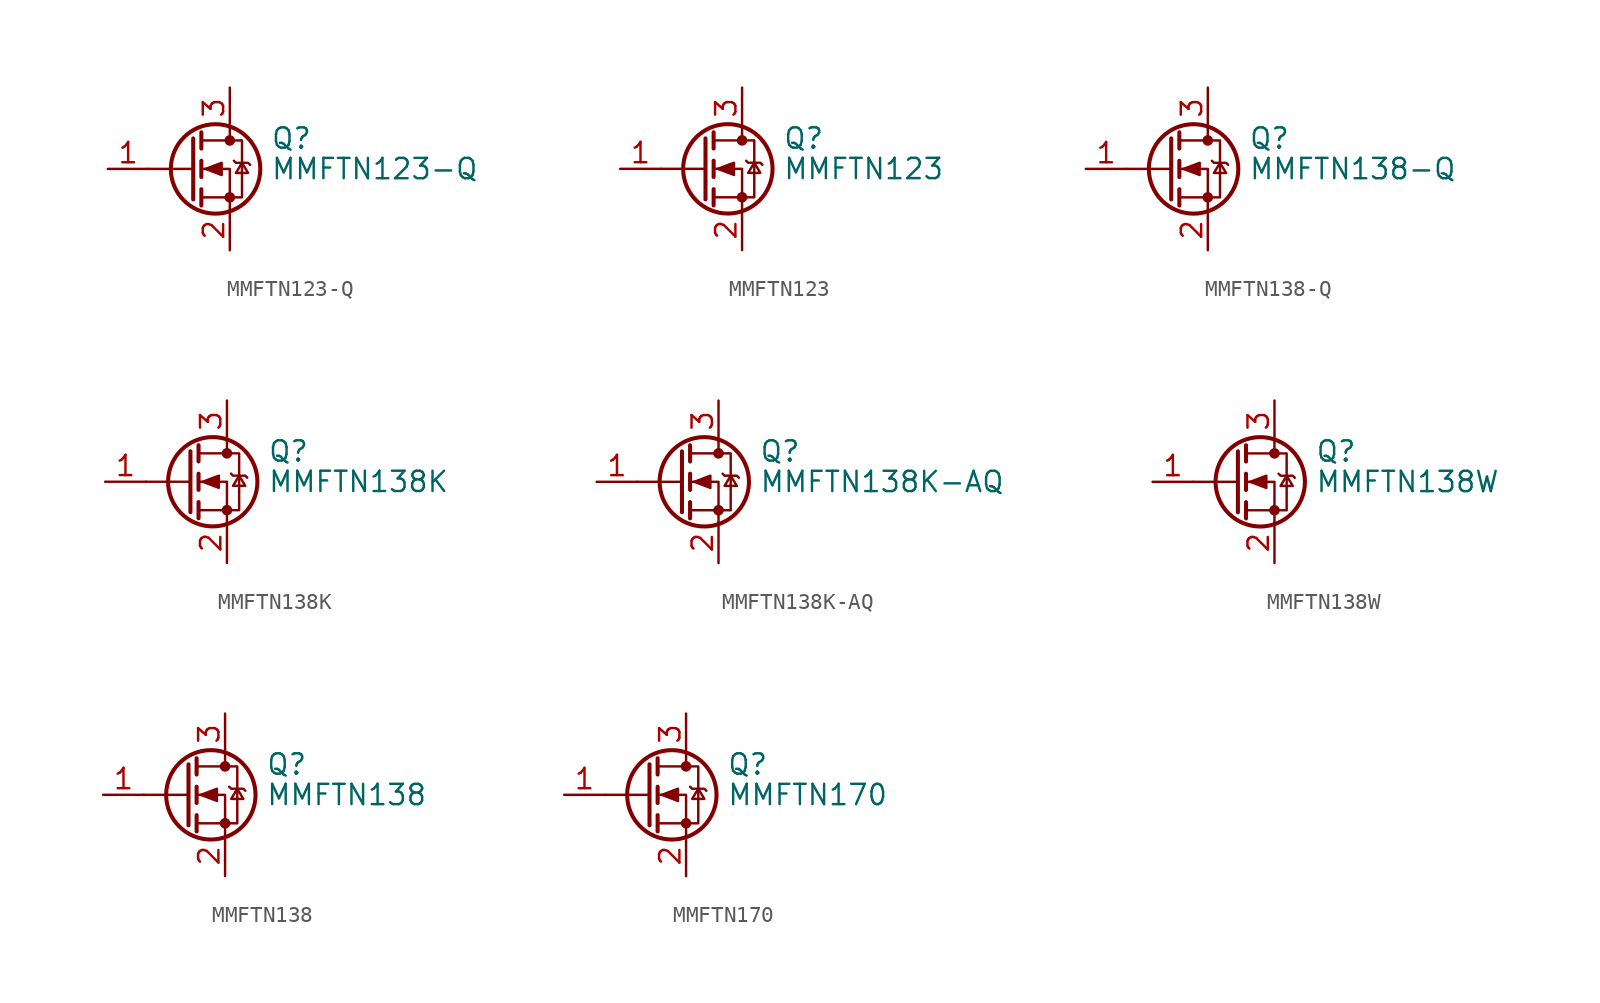
<source format=kicad_sym>
(kicad_symbol_lib
  (version 20241209)
  (generator "kicad_symbol_editor")
  (generator_version "9.0")
  (symbol "MMFTN123-Q"
    (pin_names
      (hide yes))
    (property "Reference" "Q"
      (at 5.08 1.905 0)
      (effects (font (size 1.27 1.27)) (justify left)))
    (property "Value" "MMFTN123-Q"
      (at 5.08 0 0)
      (effects (font (size 1.27 1.27)) (justify left)))
    (symbol "MMFTN123-Q_0_1"
      (polyline (pts (xy 0.254 1.905) (xy 0.254 -1.905)) (stroke (width 0.254) (type default)) (fill (type none)))
      (polyline (pts (xy 0.254 0) (xy -2.54 0)) (stroke (width 0) (type default)) (fill (type none)))
      (polyline (pts (xy 0.762 2.286) (xy 0.762 1.27)) (stroke (width 0.254) (type default)) (fill (type none)))
      (polyline (pts (xy 0.762 0.508) (xy 0.762 -0.508)) (stroke (width 0.254) (type default)) (fill (type none)))
      (polyline (pts (xy 0.762 -1.27) (xy 0.762 -2.286)) (stroke (width 0.254) (type default)) (fill (type none)))
      (polyline (pts (xy 0.762 -1.778) (xy 3.302 -1.778) (xy 3.302 1.778) (xy 0.762 1.778)) (stroke (width 0) (type default)) (fill (type none)))
      (polyline (pts (xy 1.016 0) (xy 2.032 0.381) (xy 2.032 -0.381) (xy 1.016 0)) (stroke (width 0) (type default)) (fill (type outline)))
      (circle (center 1.651 0) (radius 2.794) (stroke (width 0.254) (type default)) (fill (type none)))
      (polyline (pts (xy 2.54 2.54) (xy 2.54 1.778)) (stroke (width 0) (type default)) (fill (type none)))
      (circle (center 2.54 1.778) (radius 0.254) (stroke (width 0) (type default)) (fill (type outline)))
      (circle (center 2.54 -1.778) (radius 0.254) (stroke (width 0) (type default)) (fill (type outline)))
      (polyline (pts (xy 2.54 -2.54) (xy 2.54 0) (xy 0.762 0)) (stroke (width 0) (type default)) (fill (type none)))
      (polyline (pts (xy 2.794 0.508) (xy 2.921 0.381) (xy 3.683 0.381) (xy 3.81 0.254)) (stroke (width 0) (type default)) (fill (type none)))
      (polyline (pts (xy 3.302 0.381) (xy 2.921 -0.254) (xy 3.683 -0.254) (xy 3.302 0.381)) (stroke (width 0) (type default)) (fill (type none))))
    (symbol "MMFTN123-Q_1_1"
      (pin input line (at -5.08 0 0) (length 2.54) (name "G" (effects (font (size 1.27 1.27)))) (number "1" (effects (font (size 1.27 1.27)))))
      (pin passive line (at 2.54 5.08 270) (length 2.54) (name "D" (effects (font (size 1.27 1.27)))) (number "3" (effects (font (size 1.27 1.27)))))
      (pin passive line (at 2.54 -5.08 90) (length 2.54) (name "S" (effects (font (size 1.27 1.27)))) (number "2" (effects (font (size 1.27 1.27)))))))
  (symbol "MMFTN123"
    (pin_names
      (hide yes))
    (property "Reference" "Q"
      (at 5.08 1.905 0)
      (effects (font (size 1.27 1.27)) (justify left)))
    (property "Value" "MMFTN123"
      (at 5.08 0 0)
      (effects (font (size 1.27 1.27)) (justify left)))
    (symbol "MMFTN123_0_1"
      (polyline (pts (xy 0.254 1.905) (xy 0.254 -1.905)) (stroke (width 0.254) (type default)) (fill (type none)))
      (polyline (pts (xy 0.254 0) (xy -2.54 0)) (stroke (width 0) (type default)) (fill (type none)))
      (polyline (pts (xy 0.762 2.286) (xy 0.762 1.27)) (stroke (width 0.254) (type default)) (fill (type none)))
      (polyline (pts (xy 0.762 0.508) (xy 0.762 -0.508)) (stroke (width 0.254) (type default)) (fill (type none)))
      (polyline (pts (xy 0.762 -1.27) (xy 0.762 -2.286)) (stroke (width 0.254) (type default)) (fill (type none)))
      (polyline (pts (xy 0.762 -1.778) (xy 3.302 -1.778) (xy 3.302 1.778) (xy 0.762 1.778)) (stroke (width 0) (type default)) (fill (type none)))
      (polyline (pts (xy 1.016 0) (xy 2.032 0.381) (xy 2.032 -0.381) (xy 1.016 0)) (stroke (width 0) (type default)) (fill (type outline)))
      (circle (center 1.651 0) (radius 2.794) (stroke (width 0.254) (type default)) (fill (type none)))
      (polyline (pts (xy 2.54 2.54) (xy 2.54 1.778)) (stroke (width 0) (type default)) (fill (type none)))
      (circle (center 2.54 1.778) (radius 0.254) (stroke (width 0) (type default)) (fill (type outline)))
      (circle (center 2.54 -1.778) (radius 0.254) (stroke (width 0) (type default)) (fill (type outline)))
      (polyline (pts (xy 2.54 -2.54) (xy 2.54 0) (xy 0.762 0)) (stroke (width 0) (type default)) (fill (type none)))
      (polyline (pts (xy 2.794 0.508) (xy 2.921 0.381) (xy 3.683 0.381) (xy 3.81 0.254)) (stroke (width 0) (type default)) (fill (type none)))
      (polyline (pts (xy 3.302 0.381) (xy 2.921 -0.254) (xy 3.683 -0.254) (xy 3.302 0.381)) (stroke (width 0) (type default)) (fill (type none))))
    (symbol "MMFTN123_1_1"
      (pin input line (at -5.08 0 0) (length 2.54) (name "G" (effects (font (size 1.27 1.27)))) (number "1" (effects (font (size 1.27 1.27)))))
      (pin passive line (at 2.54 5.08 270) (length 2.54) (name "D" (effects (font (size 1.27 1.27)))) (number "3" (effects (font (size 1.27 1.27)))))
      (pin passive line (at 2.54 -5.08 90) (length 2.54) (name "S" (effects (font (size 1.27 1.27)))) (number "2" (effects (font (size 1.27 1.27)))))))
  (symbol "MMFTN138-Q"
    (pin_names
      (hide yes))
    (property "Reference" "Q"
      (at 5.08 1.905 0)
      (effects (font (size 1.27 1.27)) (justify left)))
    (property "Value" "MMFTN138-Q"
      (at 5.08 0 0)
      (effects (font (size 1.27 1.27)) (justify left)))
    (symbol "MMFTN138-Q_0_1"
      (polyline (pts (xy 0.254 1.905) (xy 0.254 -1.905)) (stroke (width 0.254) (type default)) (fill (type none)))
      (polyline (pts (xy 0.254 0) (xy -2.54 0)) (stroke (width 0) (type default)) (fill (type none)))
      (polyline (pts (xy 0.762 2.286) (xy 0.762 1.27)) (stroke (width 0.254) (type default)) (fill (type none)))
      (polyline (pts (xy 0.762 0.508) (xy 0.762 -0.508)) (stroke (width 0.254) (type default)) (fill (type none)))
      (polyline (pts (xy 0.762 -1.27) (xy 0.762 -2.286)) (stroke (width 0.254) (type default)) (fill (type none)))
      (polyline (pts (xy 0.762 -1.778) (xy 3.302 -1.778) (xy 3.302 1.778) (xy 0.762 1.778)) (stroke (width 0) (type default)) (fill (type none)))
      (polyline (pts (xy 1.016 0) (xy 2.032 0.381) (xy 2.032 -0.381) (xy 1.016 0)) (stroke (width 0) (type default)) (fill (type outline)))
      (circle (center 1.651 0) (radius 2.794) (stroke (width 0.254) (type default)) (fill (type none)))
      (polyline (pts (xy 2.54 2.54) (xy 2.54 1.778)) (stroke (width 0) (type default)) (fill (type none)))
      (circle (center 2.54 1.778) (radius 0.254) (stroke (width 0) (type default)) (fill (type outline)))
      (circle (center 2.54 -1.778) (radius 0.254) (stroke (width 0) (type default)) (fill (type outline)))
      (polyline (pts (xy 2.54 -2.54) (xy 2.54 0) (xy 0.762 0)) (stroke (width 0) (type default)) (fill (type none)))
      (polyline (pts (xy 2.794 0.508) (xy 2.921 0.381) (xy 3.683 0.381) (xy 3.81 0.254)) (stroke (width 0) (type default)) (fill (type none)))
      (polyline (pts (xy 3.302 0.381) (xy 2.921 -0.254) (xy 3.683 -0.254) (xy 3.302 0.381)) (stroke (width 0) (type default)) (fill (type none))))
    (symbol "MMFTN138-Q_1_1"
      (pin input line (at -5.08 0 0) (length 2.54) (name "G" (effects (font (size 1.27 1.27)))) (number "1" (effects (font (size 1.27 1.27)))))
      (pin passive line (at 2.54 5.08 270) (length 2.54) (name "D" (effects (font (size 1.27 1.27)))) (number "3" (effects (font (size 1.27 1.27)))))
      (pin passive line (at 2.54 -5.08 90) (length 2.54) (name "S" (effects (font (size 1.27 1.27)))) (number "2" (effects (font (size 1.27 1.27)))))))
  (symbol "MMFTN138K"
    (pin_names
      (hide yes))
    (property "Reference" "Q"
      (at 5.08 1.905 0)
      (effects (font (size 1.27 1.27)) (justify left)))
    (property "Value" "MMFTN138K"
      (at 5.08 0 0)
      (effects (font (size 1.27 1.27)) (justify left)))
    (symbol "MMFTN138K_0_1"
      (polyline (pts (xy 0.254 1.905) (xy 0.254 -1.905)) (stroke (width 0.254) (type default)) (fill (type none)))
      (polyline (pts (xy 0.254 0) (xy -2.54 0)) (stroke (width 0) (type default)) (fill (type none)))
      (polyline (pts (xy 0.762 2.286) (xy 0.762 1.27)) (stroke (width 0.254) (type default)) (fill (type none)))
      (polyline (pts (xy 0.762 0.508) (xy 0.762 -0.508)) (stroke (width 0.254) (type default)) (fill (type none)))
      (polyline (pts (xy 0.762 -1.27) (xy 0.762 -2.286)) (stroke (width 0.254) (type default)) (fill (type none)))
      (polyline (pts (xy 0.762 -1.778) (xy 3.302 -1.778) (xy 3.302 1.778) (xy 0.762 1.778)) (stroke (width 0) (type default)) (fill (type none)))
      (polyline (pts (xy 1.016 0) (xy 2.032 0.381) (xy 2.032 -0.381) (xy 1.016 0)) (stroke (width 0) (type default)) (fill (type outline)))
      (circle (center 1.651 0) (radius 2.794) (stroke (width 0.254) (type default)) (fill (type none)))
      (polyline (pts (xy 2.54 2.54) (xy 2.54 1.778)) (stroke (width 0) (type default)) (fill (type none)))
      (circle (center 2.54 1.778) (radius 0.254) (stroke (width 0) (type default)) (fill (type outline)))
      (circle (center 2.54 -1.778) (radius 0.254) (stroke (width 0) (type default)) (fill (type outline)))
      (polyline (pts (xy 2.54 -2.54) (xy 2.54 0) (xy 0.762 0)) (stroke (width 0) (type default)) (fill (type none)))
      (polyline (pts (xy 2.794 0.508) (xy 2.921 0.381) (xy 3.683 0.381) (xy 3.81 0.254)) (stroke (width 0) (type default)) (fill (type none)))
      (polyline (pts (xy 3.302 0.381) (xy 2.921 -0.254) (xy 3.683 -0.254) (xy 3.302 0.381)) (stroke (width 0) (type default)) (fill (type none))))
    (symbol "MMFTN138K_1_1"
      (pin input line (at -5.08 0 0) (length 2.54) (name "G" (effects (font (size 1.27 1.27)))) (number "1" (effects (font (size 1.27 1.27)))))
      (pin passive line (at 2.54 5.08 270) (length 2.54) (name "D" (effects (font (size 1.27 1.27)))) (number "3" (effects (font (size 1.27 1.27)))))
      (pin passive line (at 2.54 -5.08 90) (length 2.54) (name "S" (effects (font (size 1.27 1.27)))) (number "2" (effects (font (size 1.27 1.27)))))))
  (symbol "MMFTN138K-AQ"
    (pin_names
      (hide yes))
    (property "Reference" "Q"
      (at 5.08 1.905 0)
      (effects (font (size 1.27 1.27)) (justify left)))
    (property "Value" "MMFTN138K-AQ"
      (at 5.08 0 0)
      (effects (font (size 1.27 1.27)) (justify left)))
    (symbol "MMFTN138K-AQ_0_1"
      (polyline (pts (xy 0.254 1.905) (xy 0.254 -1.905)) (stroke (width 0.254) (type default)) (fill (type none)))
      (polyline (pts (xy 0.254 0) (xy -2.54 0)) (stroke (width 0) (type default)) (fill (type none)))
      (polyline (pts (xy 0.762 2.286) (xy 0.762 1.27)) (stroke (width 0.254) (type default)) (fill (type none)))
      (polyline (pts (xy 0.762 0.508) (xy 0.762 -0.508)) (stroke (width 0.254) (type default)) (fill (type none)))
      (polyline (pts (xy 0.762 -1.27) (xy 0.762 -2.286)) (stroke (width 0.254) (type default)) (fill (type none)))
      (polyline (pts (xy 0.762 -1.778) (xy 3.302 -1.778) (xy 3.302 1.778) (xy 0.762 1.778)) (stroke (width 0) (type default)) (fill (type none)))
      (polyline (pts (xy 1.016 0) (xy 2.032 0.381) (xy 2.032 -0.381) (xy 1.016 0)) (stroke (width 0) (type default)) (fill (type outline)))
      (circle (center 1.651 0) (radius 2.794) (stroke (width 0.254) (type default)) (fill (type none)))
      (polyline (pts (xy 2.54 2.54) (xy 2.54 1.778)) (stroke (width 0) (type default)) (fill (type none)))
      (circle (center 2.54 1.778) (radius 0.254) (stroke (width 0) (type default)) (fill (type outline)))
      (circle (center 2.54 -1.778) (radius 0.254) (stroke (width 0) (type default)) (fill (type outline)))
      (polyline (pts (xy 2.54 -2.54) (xy 2.54 0) (xy 0.762 0)) (stroke (width 0) (type default)) (fill (type none)))
      (polyline (pts (xy 2.794 0.508) (xy 2.921 0.381) (xy 3.683 0.381) (xy 3.81 0.254)) (stroke (width 0) (type default)) (fill (type none)))
      (polyline (pts (xy 3.302 0.381) (xy 2.921 -0.254) (xy 3.683 -0.254) (xy 3.302 0.381)) (stroke (width 0) (type default)) (fill (type none))))
    (symbol "MMFTN138K-AQ_1_1"
      (pin input line (at -5.08 0 0) (length 2.54) (name "G" (effects (font (size 1.27 1.27)))) (number "1" (effects (font (size 1.27 1.27)))))
      (pin passive line (at 2.54 5.08 270) (length 2.54) (name "D" (effects (font (size 1.27 1.27)))) (number "3" (effects (font (size 1.27 1.27)))))
      (pin passive line (at 2.54 -5.08 90) (length 2.54) (name "S" (effects (font (size 1.27 1.27)))) (number "2" (effects (font (size 1.27 1.27)))))))
  (symbol "MMFTN138W"
    (pin_names
      (hide yes))
    (property "Reference" "Q"
      (at 5.08 1.905 0)
      (effects (font (size 1.27 1.27)) (justify left)))
    (property "Value" "MMFTN138W"
      (at 5.08 0 0)
      (effects (font (size 1.27 1.27)) (justify left)))
    (symbol "MMFTN138W_0_1"
      (polyline (pts (xy 0.254 1.905) (xy 0.254 -1.905)) (stroke (width 0.254) (type default)) (fill (type none)))
      (polyline (pts (xy 0.254 0) (xy -2.54 0)) (stroke (width 0) (type default)) (fill (type none)))
      (polyline (pts (xy 0.762 2.286) (xy 0.762 1.27)) (stroke (width 0.254) (type default)) (fill (type none)))
      (polyline (pts (xy 0.762 0.508) (xy 0.762 -0.508)) (stroke (width 0.254) (type default)) (fill (type none)))
      (polyline (pts (xy 0.762 -1.27) (xy 0.762 -2.286)) (stroke (width 0.254) (type default)) (fill (type none)))
      (polyline (pts (xy 0.762 -1.778) (xy 3.302 -1.778) (xy 3.302 1.778) (xy 0.762 1.778)) (stroke (width 0) (type default)) (fill (type none)))
      (polyline (pts (xy 1.016 0) (xy 2.032 0.381) (xy 2.032 -0.381) (xy 1.016 0)) (stroke (width 0) (type default)) (fill (type outline)))
      (circle (center 1.651 0) (radius 2.794) (stroke (width 0.254) (type default)) (fill (type none)))
      (polyline (pts (xy 2.54 2.54) (xy 2.54 1.778)) (stroke (width 0) (type default)) (fill (type none)))
      (circle (center 2.54 1.778) (radius 0.254) (stroke (width 0) (type default)) (fill (type outline)))
      (circle (center 2.54 -1.778) (radius 0.254) (stroke (width 0) (type default)) (fill (type outline)))
      (polyline (pts (xy 2.54 -2.54) (xy 2.54 0) (xy 0.762 0)) (stroke (width 0) (type default)) (fill (type none)))
      (polyline (pts (xy 2.794 0.508) (xy 2.921 0.381) (xy 3.683 0.381) (xy 3.81 0.254)) (stroke (width 0) (type default)) (fill (type none)))
      (polyline (pts (xy 3.302 0.381) (xy 2.921 -0.254) (xy 3.683 -0.254) (xy 3.302 0.381)) (stroke (width 0) (type default)) (fill (type none))))
    (symbol "MMFTN138W_1_1"
      (pin input line (at -5.08 0 0) (length 2.54) (name "G" (effects (font (size 1.27 1.27)))) (number "1" (effects (font (size 1.27 1.27)))))
      (pin passive line (at 2.54 5.08 270) (length 2.54) (name "D" (effects (font (size 1.27 1.27)))) (number "3" (effects (font (size 1.27 1.27)))))
      (pin passive line (at 2.54 -5.08 90) (length 2.54) (name "S" (effects (font (size 1.27 1.27)))) (number "2" (effects (font (size 1.27 1.27)))))))
  (symbol "MMFTN138"
    (pin_names
      (hide yes))
    (property "Reference" "Q"
      (at 5.08 1.905 0)
      (effects (font (size 1.27 1.27)) (justify left)))
    (property "Value" "MMFTN138"
      (at 5.08 0 0)
      (effects (font (size 1.27 1.27)) (justify left)))
    (symbol "MMFTN138_0_1"
      (polyline (pts (xy 0.254 1.905) (xy 0.254 -1.905)) (stroke (width 0.254) (type default)) (fill (type none)))
      (polyline (pts (xy 0.254 0) (xy -2.54 0)) (stroke (width 0) (type default)) (fill (type none)))
      (polyline (pts (xy 0.762 2.286) (xy 0.762 1.27)) (stroke (width 0.254) (type default)) (fill (type none)))
      (polyline (pts (xy 0.762 0.508) (xy 0.762 -0.508)) (stroke (width 0.254) (type default)) (fill (type none)))
      (polyline (pts (xy 0.762 -1.27) (xy 0.762 -2.286)) (stroke (width 0.254) (type default)) (fill (type none)))
      (polyline (pts (xy 0.762 -1.778) (xy 3.302 -1.778) (xy 3.302 1.778) (xy 0.762 1.778)) (stroke (width 0) (type default)) (fill (type none)))
      (polyline (pts (xy 1.016 0) (xy 2.032 0.381) (xy 2.032 -0.381) (xy 1.016 0)) (stroke (width 0) (type default)) (fill (type outline)))
      (circle (center 1.651 0) (radius 2.794) (stroke (width 0.254) (type default)) (fill (type none)))
      (polyline (pts (xy 2.54 2.54) (xy 2.54 1.778)) (stroke (width 0) (type default)) (fill (type none)))
      (circle (center 2.54 1.778) (radius 0.254) (stroke (width 0) (type default)) (fill (type outline)))
      (circle (center 2.54 -1.778) (radius 0.254) (stroke (width 0) (type default)) (fill (type outline)))
      (polyline (pts (xy 2.54 -2.54) (xy 2.54 0) (xy 0.762 0)) (stroke (width 0) (type default)) (fill (type none)))
      (polyline (pts (xy 2.794 0.508) (xy 2.921 0.381) (xy 3.683 0.381) (xy 3.81 0.254)) (stroke (width 0) (type default)) (fill (type none)))
      (polyline (pts (xy 3.302 0.381) (xy 2.921 -0.254) (xy 3.683 -0.254) (xy 3.302 0.381)) (stroke (width 0) (type default)) (fill (type none))))
    (symbol "MMFTN138_1_1"
      (pin input line (at -5.08 0 0) (length 2.54) (name "G" (effects (font (size 1.27 1.27)))) (number "1" (effects (font (size 1.27 1.27)))))
      (pin passive line (at 2.54 5.08 270) (length 2.54) (name "D" (effects (font (size 1.27 1.27)))) (number "3" (effects (font (size 1.27 1.27)))))
      (pin passive line (at 2.54 -5.08 90) (length 2.54) (name "S" (effects (font (size 1.27 1.27)))) (number "2" (effects (font (size 1.27 1.27)))))))
  (symbol "MMFTN170"
    (pin_names
      (hide yes))
    (property "Reference" "Q"
      (at 5.08 1.905 0)
      (effects (font (size 1.27 1.27)) (justify left)))
    (property "Value" "MMFTN170"
      (at 5.08 0 0)
      (effects (font (size 1.27 1.27)) (justify left)))
    (symbol "MMFTN170_0_1"
      (polyline (pts (xy 0.254 1.905) (xy 0.254 -1.905)) (stroke (width 0.254) (type default)) (fill (type none)))
      (polyline (pts (xy 0.254 0) (xy -2.54 0)) (stroke (width 0) (type default)) (fill (type none)))
      (polyline (pts (xy 0.762 2.286) (xy 0.762 1.27)) (stroke (width 0.254) (type default)) (fill (type none)))
      (polyline (pts (xy 0.762 0.508) (xy 0.762 -0.508)) (stroke (width 0.254) (type default)) (fill (type none)))
      (polyline (pts (xy 0.762 -1.27) (xy 0.762 -2.286)) (stroke (width 0.254) (type default)) (fill (type none)))
      (polyline (pts (xy 0.762 -1.778) (xy 3.302 -1.778) (xy 3.302 1.778) (xy 0.762 1.778)) (stroke (width 0) (type default)) (fill (type none)))
      (polyline (pts (xy 1.016 0) (xy 2.032 0.381) (xy 2.032 -0.381) (xy 1.016 0)) (stroke (width 0) (type default)) (fill (type outline)))
      (circle (center 1.651 0) (radius 2.794) (stroke (width 0.254) (type default)) (fill (type none)))
      (polyline (pts (xy 2.54 2.54) (xy 2.54 1.778)) (stroke (width 0) (type default)) (fill (type none)))
      (circle (center 2.54 1.778) (radius 0.254) (stroke (width 0) (type default)) (fill (type outline)))
      (circle (center 2.54 -1.778) (radius 0.254) (stroke (width 0) (type default)) (fill (type outline)))
      (polyline (pts (xy 2.54 -2.54) (xy 2.54 0) (xy 0.762 0)) (stroke (width 0) (type default)) (fill (type none)))
      (polyline (pts (xy 2.794 0.508) (xy 2.921 0.381) (xy 3.683 0.381) (xy 3.81 0.254)) (stroke (width 0) (type default)) (fill (type none)))
      (polyline (pts (xy 3.302 0.381) (xy 2.921 -0.254) (xy 3.683 -0.254) (xy 3.302 0.381)) (stroke (width 0) (type default)) (fill (type none))))
    (symbol "MMFTN170_1_1"
      (pin input line (at -5.08 0 0) (length 2.54) (name "G" (effects (font (size 1.27 1.27)))) (number "1" (effects (font (size 1.27 1.27)))))
      (pin passive line (at 2.54 5.08 270) (length 2.54) (name "D" (effects (font (size 1.27 1.27)))) (number "3" (effects (font (size 1.27 1.27)))))
      (pin passive line (at 2.54 -5.08 90) (length 2.54) (name "S" (effects (font (size 1.27 1.27)))) (number "2" (effects (font (size 1.27 1.27))))))))
</source>
